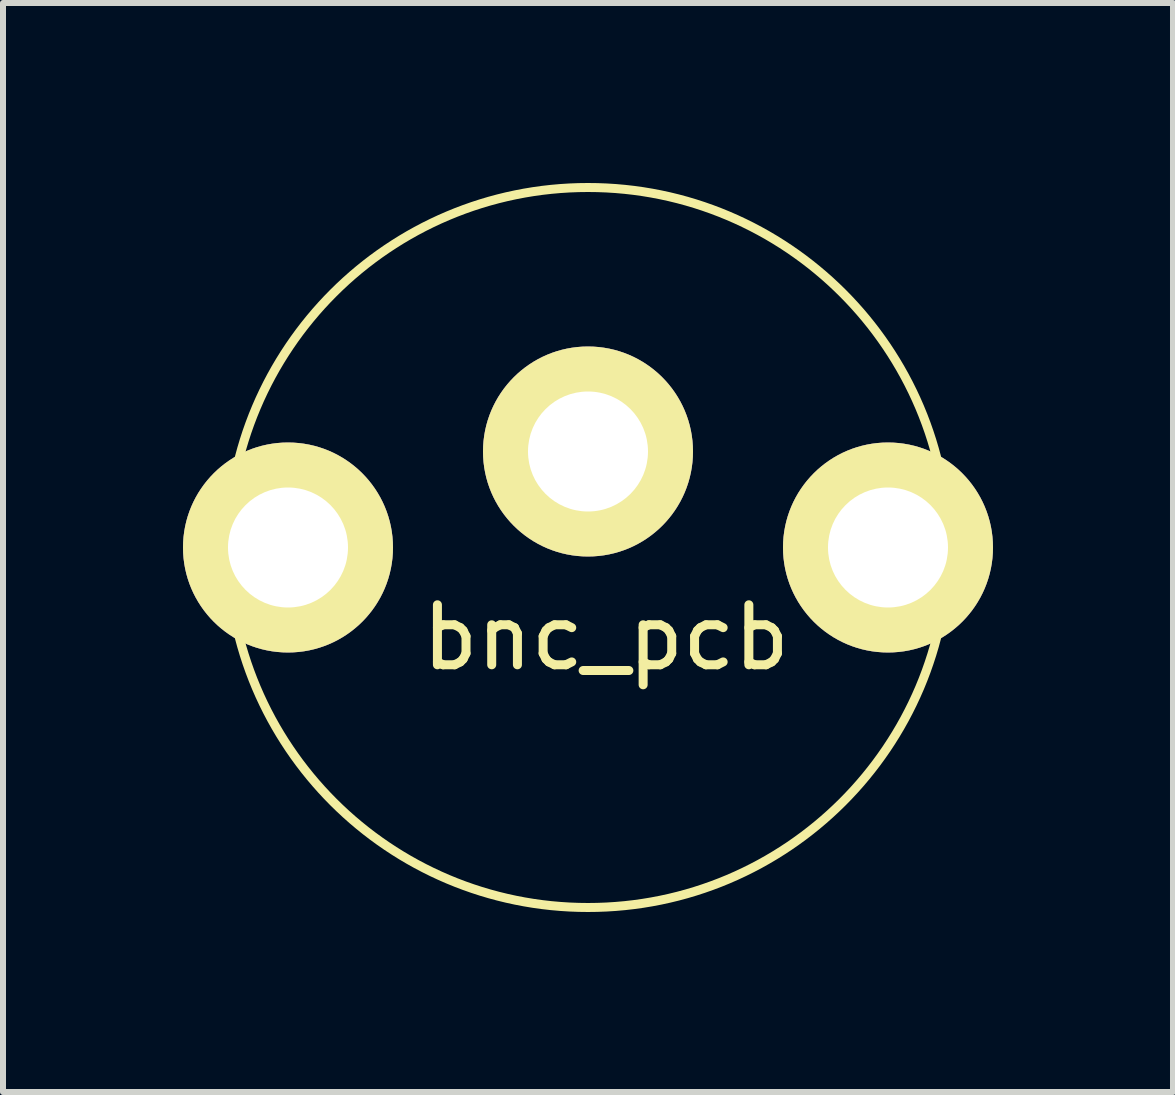
<source format=kicad_pcb>
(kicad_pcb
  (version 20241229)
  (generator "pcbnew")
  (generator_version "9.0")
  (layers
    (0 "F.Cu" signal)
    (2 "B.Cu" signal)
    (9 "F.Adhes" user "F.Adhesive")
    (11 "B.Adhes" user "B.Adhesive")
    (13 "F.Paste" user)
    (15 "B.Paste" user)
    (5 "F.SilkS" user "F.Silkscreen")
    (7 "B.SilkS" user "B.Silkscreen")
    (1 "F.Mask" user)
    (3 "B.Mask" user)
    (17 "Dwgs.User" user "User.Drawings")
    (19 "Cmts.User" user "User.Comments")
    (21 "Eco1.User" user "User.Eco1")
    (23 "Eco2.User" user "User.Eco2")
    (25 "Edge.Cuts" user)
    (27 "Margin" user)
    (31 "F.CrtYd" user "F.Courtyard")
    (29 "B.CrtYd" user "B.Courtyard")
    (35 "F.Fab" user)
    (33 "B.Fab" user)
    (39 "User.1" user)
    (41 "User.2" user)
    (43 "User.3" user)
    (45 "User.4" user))
  (footprint "bnc_pcb"
    (layer "F.Cu")
    (at 6.75 6.075)
    (property "Reference" "bnc_pcb" (at 0.3 1.5 0) (layer "F.SilkS") (effects (font (size 1 1) (thickness 0.15))))
    (attr through_hole)
    (fp_circle (center 0 0) (end 6 0) (stroke (width 0.15) (type solid)) (fill no) (layer "F.SilkS"))
    (pad "1" thru_hole circle (at 0 -1.6) (size 3.5 3.5) (drill 2) (layers "*.Cu" "*.Mask" "F.SilkS"))
    (pad "2" thru_hole circle (at -5 0) (size 3.5 3.5) (drill 2) (layers "*.Cu" "*.Mask" "F.SilkS"))
    (pad "2" thru_hole circle (at 5 0) (size 3.5 3.5) (drill 2) (layers "*.Cu" "*.Mask" "F.SilkS")))
  (gr_rect
    (start -3 -3)
    (end 16.5 15.15)
    (stroke (width 0.1) (type default))
    (fill no)
    (layer "Edge.Cuts")))
</source>
